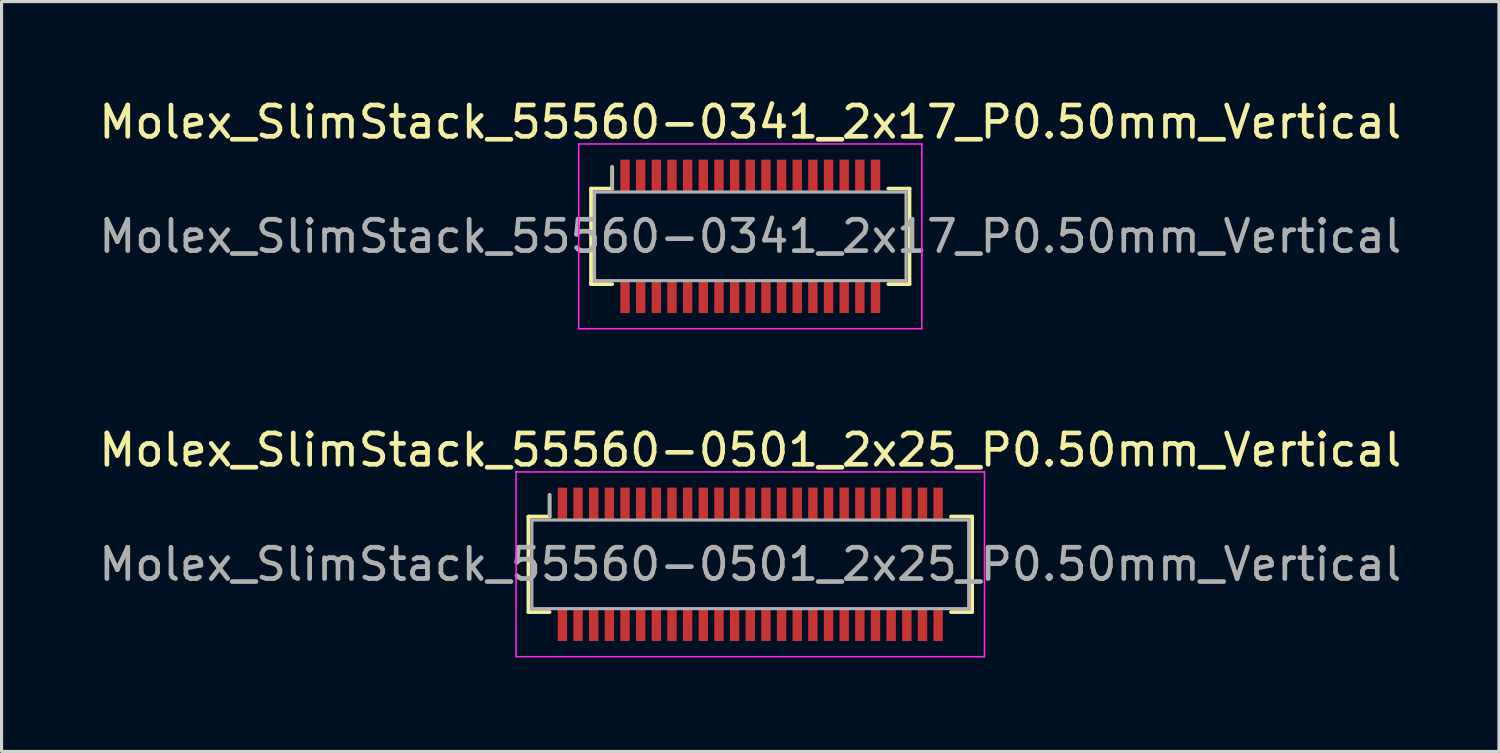
<source format=kicad_pcb>
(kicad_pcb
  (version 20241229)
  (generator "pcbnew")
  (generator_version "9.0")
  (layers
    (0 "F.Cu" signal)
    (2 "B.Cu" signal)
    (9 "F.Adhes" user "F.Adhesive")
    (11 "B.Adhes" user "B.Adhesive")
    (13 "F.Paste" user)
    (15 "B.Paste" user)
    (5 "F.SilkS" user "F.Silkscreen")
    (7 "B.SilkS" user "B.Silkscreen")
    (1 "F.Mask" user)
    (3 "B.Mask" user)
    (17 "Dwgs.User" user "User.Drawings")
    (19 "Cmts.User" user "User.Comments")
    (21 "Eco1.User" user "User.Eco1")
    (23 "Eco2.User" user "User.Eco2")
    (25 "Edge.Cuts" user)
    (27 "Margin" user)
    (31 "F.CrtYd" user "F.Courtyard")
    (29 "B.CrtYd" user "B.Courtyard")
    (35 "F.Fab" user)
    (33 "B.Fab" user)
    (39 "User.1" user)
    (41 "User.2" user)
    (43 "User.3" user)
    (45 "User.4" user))
  (footprint "Molex_SlimStack_55560-0341_2x17_P0.50mm_Vertical"
    (layer "F.Cu")
    (at 20.911 4.498)
    (property "Reference" "Molex_SlimStack_55560-0341_2x17_P0.50mm_Vertical" (at 0 -3.65 0) (layer "F.SilkS") (effects (font (size 1 1) (thickness 0.15))))
    (attr smd)
    (fp_line (start -5.085 -1.525) (end -4.41 -1.525) (stroke (width 0.12) (type solid)) (layer "F.SilkS"))
    (fp_line (start -5.085 1.525) (end -5.085 -1.525) (stroke (width 0.12) (type solid)) (layer "F.SilkS"))
    (fp_line (start -4.41 -1.525) (end -4.41 -2.215) (stroke (width 0.12) (type solid)) (layer "F.SilkS"))
    (fp_line (start -4.41 1.525) (end -5.085 1.525) (stroke (width 0.12) (type solid)) (layer "F.SilkS"))
    (fp_line (start 4.41 1.525) (end 5.085 1.525) (stroke (width 0.12) (type solid)) (layer "F.SilkS"))
    (fp_line (start 5.085 -1.525) (end 4.41 -1.525) (stroke (width 0.12) (type solid)) (layer "F.SilkS"))
    (fp_line (start 5.085 1.525) (end 5.085 -1.525) (stroke (width 0.12) (type solid)) (layer "F.SilkS"))
    (fp_line (start -5.48 -2.95) (end -5.48 2.95) (stroke (width 0.05) (type solid)) (layer "F.CrtYd"))
    (fp_line (start -5.48 2.95) (end 5.48 2.95) (stroke (width 0.05) (type solid)) (layer "F.CrtYd"))
    (fp_line (start 5.48 -2.95) (end -5.48 -2.95) (stroke (width 0.05) (type solid)) (layer "F.CrtYd"))
    (fp_line (start 5.48 2.95) (end 5.48 -2.95) (stroke (width 0.05) (type solid)) (layer "F.CrtYd"))
    (fp_line (start -4.975 -1.415) (end -4.975 1.415) (stroke (width 0.1) (type solid)) (layer "F.Fab"))
    (fp_line (start -4.975 1.415) (end 4.975 1.415) (stroke (width 0.1) (type solid)) (layer "F.Fab"))
    (fp_line (start -4.41 -1.525) (end -4.41 -2.215) (stroke (width 0.1) (type solid)) (layer "F.Fab"))
    (fp_line (start 4.975 -1.415) (end -4.975 -1.415) (stroke (width 0.1) (type solid)) (layer "F.Fab"))
    (fp_line (start 4.975 1.415) (end 4.975 -1.415) (stroke (width 0.1) (type solid)) (layer "F.Fab"))
    (fp_text user "${REFERENCE}" (at 0 0 0) (layer "F.Fab") (effects (font (size 1 1) (thickness 0.15))))
    (pad "1" smd rect (at -4 -1.95) (size 0.3 1) (layers "F.Cu" "F.Mask" "F.Paste"))
    (pad "2" smd rect (at -4 1.95) (size 0.3 1) (layers "F.Cu" "F.Mask" "F.Paste"))
    (pad "3" smd rect (at -3.5 -1.95) (size 0.3 1) (layers "F.Cu" "F.Mask" "F.Paste"))
    (pad "4" smd rect (at -3.5 1.95) (size 0.3 1) (layers "F.Cu" "F.Mask" "F.Paste"))
    (pad "5" smd rect (at -3 -1.95) (size 0.3 1) (layers "F.Cu" "F.Mask" "F.Paste"))
    (pad "6" smd rect (at -3 1.95) (size 0.3 1) (layers "F.Cu" "F.Mask" "F.Paste"))
    (pad "7" smd rect (at -2.5 -1.95) (size 0.3 1) (layers "F.Cu" "F.Mask" "F.Paste"))
    (pad "8" smd rect (at -2.5 1.95) (size 0.3 1) (layers "F.Cu" "F.Mask" "F.Paste"))
    (pad "9" smd rect (at -2 -1.95) (size 0.3 1) (layers "F.Cu" "F.Mask" "F.Paste"))
    (pad "10" smd rect (at -2 1.95) (size 0.3 1) (layers "F.Cu" "F.Mask" "F.Paste"))
    (pad "11" smd rect (at -1.5 -1.95) (size 0.3 1) (layers "F.Cu" "F.Mask" "F.Paste"))
    (pad "12" smd rect (at -1.5 1.95) (size 0.3 1) (layers "F.Cu" "F.Mask" "F.Paste"))
    (pad "13" smd rect (at -1 -1.95) (size 0.3 1) (layers "F.Cu" "F.Mask" "F.Paste"))
    (pad "14" smd rect (at -1 1.95) (size 0.3 1) (layers "F.Cu" "F.Mask" "F.Paste"))
    (pad "15" smd rect (at -0.5 -1.95) (size 0.3 1) (layers "F.Cu" "F.Mask" "F.Paste"))
    (pad "16" smd rect (at -0.5 1.95) (size 0.3 1) (layers "F.Cu" "F.Mask" "F.Paste"))
    (pad "17" smd rect (at 0 -1.95) (size 0.3 1) (layers "F.Cu" "F.Mask" "F.Paste"))
    (pad "18" smd rect (at 0 1.95) (size 0.3 1) (layers "F.Cu" "F.Mask" "F.Paste"))
    (pad "19" smd rect (at 0.5 -1.95) (size 0.3 1) (layers "F.Cu" "F.Mask" "F.Paste"))
    (pad "20" smd rect (at 0.5 1.95) (size 0.3 1) (layers "F.Cu" "F.Mask" "F.Paste"))
    (pad "21" smd rect (at 1 -1.95) (size 0.3 1) (layers "F.Cu" "F.Mask" "F.Paste"))
    (pad "22" smd rect (at 1 1.95) (size 0.3 1) (layers "F.Cu" "F.Mask" "F.Paste"))
    (pad "23" smd rect (at 1.5 -1.95) (size 0.3 1) (layers "F.Cu" "F.Mask" "F.Paste"))
    (pad "24" smd rect (at 1.5 1.95) (size 0.3 1) (layers "F.Cu" "F.Mask" "F.Paste"))
    (pad "25" smd rect (at 2 -1.95) (size 0.3 1) (layers "F.Cu" "F.Mask" "F.Paste"))
    (pad "26" smd rect (at 2 1.95) (size 0.3 1) (layers "F.Cu" "F.Mask" "F.Paste"))
    (pad "27" smd rect (at 2.5 -1.95) (size 0.3 1) (layers "F.Cu" "F.Mask" "F.Paste"))
    (pad "28" smd rect (at 2.5 1.95) (size 0.3 1) (layers "F.Cu" "F.Mask" "F.Paste"))
    (pad "29" smd rect (at 3 -1.95) (size 0.3 1) (layers "F.Cu" "F.Mask" "F.Paste"))
    (pad "30" smd rect (at 3 1.95) (size 0.3 1) (layers "F.Cu" "F.Mask" "F.Paste"))
    (pad "31" smd rect (at 3.5 -1.95) (size 0.3 1) (layers "F.Cu" "F.Mask" "F.Paste"))
    (pad "32" smd rect (at 3.5 1.95) (size 0.3 1) (layers "F.Cu" "F.Mask" "F.Paste"))
    (pad "33" smd rect (at 4 -1.95) (size 0.3 1) (layers "F.Cu" "F.Mask" "F.Paste"))
    (pad "34" smd rect (at 4 1.95) (size 0.3 1) (layers "F.Cu" "F.Mask" "F.Paste")))
  (footprint "Molex_SlimStack_55560-0501_2x25_P0.50mm_Vertical"
    (layer "F.Cu")
    (at 20.911 14.972)
    (property "Reference" "Molex_SlimStack_55560-0501_2x25_P0.50mm_Vertical" (at 0 -3.65 0) (layer "F.SilkS") (effects (font (size 1 1) (thickness 0.15))))
    (attr smd)
    (fp_line (start -7.085 -1.525) (end -6.41 -1.525) (stroke (width 0.12) (type solid)) (layer "F.SilkS"))
    (fp_line (start -7.085 1.525) (end -7.085 -1.525) (stroke (width 0.12) (type solid)) (layer "F.SilkS"))
    (fp_line (start -6.41 -1.525) (end -6.41 -2.215) (stroke (width 0.12) (type solid)) (layer "F.SilkS"))
    (fp_line (start -6.41 1.525) (end -7.085 1.525) (stroke (width 0.12) (type solid)) (layer "F.SilkS"))
    (fp_line (start 6.41 1.525) (end 7.085 1.525) (stroke (width 0.12) (type solid)) (layer "F.SilkS"))
    (fp_line (start 7.085 -1.525) (end 6.41 -1.525) (stroke (width 0.12) (type solid)) (layer "F.SilkS"))
    (fp_line (start 7.085 1.525) (end 7.085 -1.525) (stroke (width 0.12) (type solid)) (layer "F.SilkS"))
    (fp_line (start -7.48 -2.95) (end -7.48 2.95) (stroke (width 0.05) (type solid)) (layer "F.CrtYd"))
    (fp_line (start -7.48 2.95) (end 7.48 2.95) (stroke (width 0.05) (type solid)) (layer "F.CrtYd"))
    (fp_line (start 7.48 -2.95) (end -7.48 -2.95) (stroke (width 0.05) (type solid)) (layer "F.CrtYd"))
    (fp_line (start 7.48 2.95) (end 7.48 -2.95) (stroke (width 0.05) (type solid)) (layer "F.CrtYd"))
    (fp_line (start -6.975 -1.415) (end -6.975 1.415) (stroke (width 0.1) (type solid)) (layer "F.Fab"))
    (fp_line (start -6.975 1.415) (end 6.975 1.415) (stroke (width 0.1) (type solid)) (layer "F.Fab"))
    (fp_line (start -6.41 -1.525) (end -6.41 -2.215) (stroke (width 0.1) (type solid)) (layer "F.Fab"))
    (fp_line (start 6.975 -1.415) (end -6.975 -1.415) (stroke (width 0.1) (type solid)) (layer "F.Fab"))
    (fp_line (start 6.975 1.415) (end 6.975 -1.415) (stroke (width 0.1) (type solid)) (layer "F.Fab"))
    (fp_text user "${REFERENCE}" (at 0 0 0) (layer "F.Fab") (effects (font (size 1 1) (thickness 0.15))))
    (pad "1" smd rect (at -6 -1.95) (size 0.3 1) (layers "F.Cu" "F.Mask" "F.Paste"))
    (pad "2" smd rect (at -6 1.95) (size 0.3 1) (layers "F.Cu" "F.Mask" "F.Paste"))
    (pad "3" smd rect (at -5.5 -1.95) (size 0.3 1) (layers "F.Cu" "F.Mask" "F.Paste"))
    (pad "4" smd rect (at -5.5 1.95) (size 0.3 1) (layers "F.Cu" "F.Mask" "F.Paste"))
    (pad "5" smd rect (at -5 -1.95) (size 0.3 1) (layers "F.Cu" "F.Mask" "F.Paste"))
    (pad "6" smd rect (at -5 1.95) (size 0.3 1) (layers "F.Cu" "F.Mask" "F.Paste"))
    (pad "7" smd rect (at -4.5 -1.95) (size 0.3 1) (layers "F.Cu" "F.Mask" "F.Paste"))
    (pad "8" smd rect (at -4.5 1.95) (size 0.3 1) (layers "F.Cu" "F.Mask" "F.Paste"))
    (pad "9" smd rect (at -4 -1.95) (size 0.3 1) (layers "F.Cu" "F.Mask" "F.Paste"))
    (pad "10" smd rect (at -4 1.95) (size 0.3 1) (layers "F.Cu" "F.Mask" "F.Paste"))
    (pad "11" smd rect (at -3.5 -1.95) (size 0.3 1) (layers "F.Cu" "F.Mask" "F.Paste"))
    (pad "12" smd rect (at -3.5 1.95) (size 0.3 1) (layers "F.Cu" "F.Mask" "F.Paste"))
    (pad "13" smd rect (at -3 -1.95) (size 0.3 1) (layers "F.Cu" "F.Mask" "F.Paste"))
    (pad "14" smd rect (at -3 1.95) (size 0.3 1) (layers "F.Cu" "F.Mask" "F.Paste"))
    (pad "15" smd rect (at -2.5 -1.95) (size 0.3 1) (layers "F.Cu" "F.Mask" "F.Paste"))
    (pad "16" smd rect (at -2.5 1.95) (size 0.3 1) (layers "F.Cu" "F.Mask" "F.Paste"))
    (pad "17" smd rect (at -2 -1.95) (size 0.3 1) (layers "F.Cu" "F.Mask" "F.Paste"))
    (pad "18" smd rect (at -2 1.95) (size 0.3 1) (layers "F.Cu" "F.Mask" "F.Paste"))
    (pad "19" smd rect (at -1.5 -1.95) (size 0.3 1) (layers "F.Cu" "F.Mask" "F.Paste"))
    (pad "20" smd rect (at -1.5 1.95) (size 0.3 1) (layers "F.Cu" "F.Mask" "F.Paste"))
    (pad "21" smd rect (at -1 -1.95) (size 0.3 1) (layers "F.Cu" "F.Mask" "F.Paste"))
    (pad "22" smd rect (at -1 1.95) (size 0.3 1) (layers "F.Cu" "F.Mask" "F.Paste"))
    (pad "23" smd rect (at -0.5 -1.95) (size 0.3 1) (layers "F.Cu" "F.Mask" "F.Paste"))
    (pad "24" smd rect (at -0.5 1.95) (size 0.3 1) (layers "F.Cu" "F.Mask" "F.Paste"))
    (pad "25" smd rect (at 0 -1.95) (size 0.3 1) (layers "F.Cu" "F.Mask" "F.Paste"))
    (pad "26" smd rect (at 0 1.95) (size 0.3 1) (layers "F.Cu" "F.Mask" "F.Paste"))
    (pad "27" smd rect (at 0.5 -1.95) (size 0.3 1) (layers "F.Cu" "F.Mask" "F.Paste"))
    (pad "28" smd rect (at 0.5 1.95) (size 0.3 1) (layers "F.Cu" "F.Mask" "F.Paste"))
    (pad "29" smd rect (at 1 -1.95) (size 0.3 1) (layers "F.Cu" "F.Mask" "F.Paste"))
    (pad "30" smd rect (at 1 1.95) (size 0.3 1) (layers "F.Cu" "F.Mask" "F.Paste"))
    (pad "31" smd rect (at 1.5 -1.95) (size 0.3 1) (layers "F.Cu" "F.Mask" "F.Paste"))
    (pad "32" smd rect (at 1.5 1.95) (size 0.3 1) (layers "F.Cu" "F.Mask" "F.Paste"))
    (pad "33" smd rect (at 2 -1.95) (size 0.3 1) (layers "F.Cu" "F.Mask" "F.Paste"))
    (pad "34" smd rect (at 2 1.95) (size 0.3 1) (layers "F.Cu" "F.Mask" "F.Paste"))
    (pad "35" smd rect (at 2.5 -1.95) (size 0.3 1) (layers "F.Cu" "F.Mask" "F.Paste"))
    (pad "36" smd rect (at 2.5 1.95) (size 0.3 1) (layers "F.Cu" "F.Mask" "F.Paste"))
    (pad "37" smd rect (at 3 -1.95) (size 0.3 1) (layers "F.Cu" "F.Mask" "F.Paste"))
    (pad "38" smd rect (at 3 1.95) (size 0.3 1) (layers "F.Cu" "F.Mask" "F.Paste"))
    (pad "39" smd rect (at 3.5 -1.95) (size 0.3 1) (layers "F.Cu" "F.Mask" "F.Paste"))
    (pad "40" smd rect (at 3.5 1.95) (size 0.3 1) (layers "F.Cu" "F.Mask" "F.Paste"))
    (pad "41" smd rect (at 4 -1.95) (size 0.3 1) (layers "F.Cu" "F.Mask" "F.Paste"))
    (pad "42" smd rect (at 4 1.95) (size 0.3 1) (layers "F.Cu" "F.Mask" "F.Paste"))
    (pad "43" smd rect (at 4.5 -1.95) (size 0.3 1) (layers "F.Cu" "F.Mask" "F.Paste"))
    (pad "44" smd rect (at 4.5 1.95) (size 0.3 1) (layers "F.Cu" "F.Mask" "F.Paste"))
    (pad "45" smd rect (at 5 -1.95) (size 0.3 1) (layers "F.Cu" "F.Mask" "F.Paste"))
    (pad "46" smd rect (at 5 1.95) (size 0.3 1) (layers "F.Cu" "F.Mask" "F.Paste"))
    (pad "47" smd rect (at 5.5 -1.95) (size 0.3 1) (layers "F.Cu" "F.Mask" "F.Paste"))
    (pad "48" smd rect (at 5.5 1.95) (size 0.3 1) (layers "F.Cu" "F.Mask" "F.Paste"))
    (pad "49" smd rect (at 6 -1.95) (size 0.3 1) (layers "F.Cu" "F.Mask" "F.Paste"))
    (pad "50" smd rect (at 6 1.95) (size 0.3 1) (layers "F.Cu" "F.Mask" "F.Paste")))
  (gr_rect
    (start -3 -3)
    (end 44.821 20.947)
    (stroke (width 0.1) (type default))
    (fill no)
    (layer "Edge.Cuts")))
</source>
